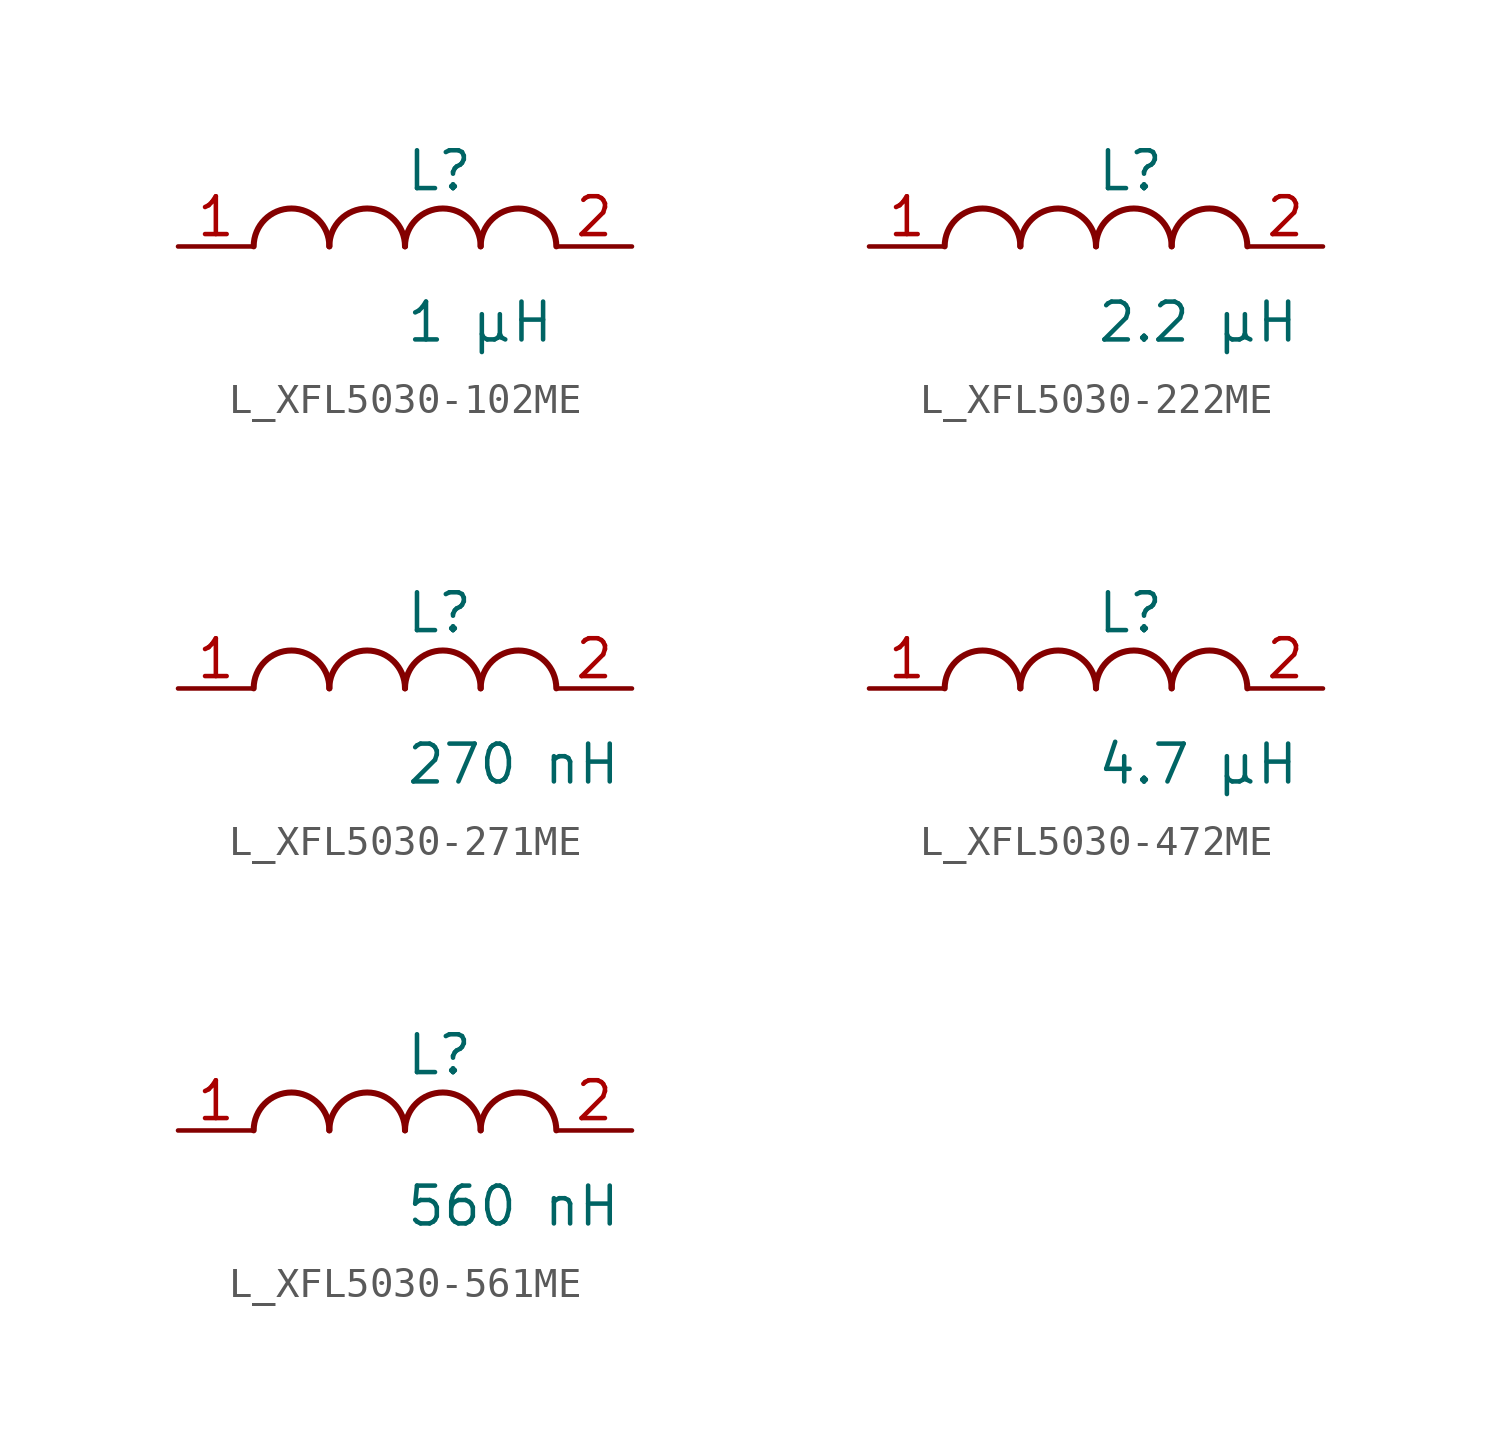
<source format=kicad_sym>
(kicad_symbol_lib
  (version 20231120)
  (generator kicad_symbol_editor)
  (generator_version 8.0)
  (symbol "L_XFL5030-102ME"
    (pin_names
      (offset 0.254))
    (property "Reference" "L"
      (at 0 2.54 0)
      (effects (font (size 1.27 1.27)) (justify left)))
    (property "Value" "1 µH"
      (at 0 -2.54 0)
      (effects (font (size 1.27 1.27)) (justify left)))
    (symbol "L_XFL5030-102ME_1_1"
      (arc (start -2.54 0.0056) (mid -3.81 1.27) (end -5.08 0.0056) (stroke (width 0.2032) (type default)) (fill (type none)))
      (arc (start 0 0.0056) (mid -1.27 1.27) (end -2.54 0.0056) (stroke (width 0.2032) (type default)) (fill (type none)))
      (arc (start 2.54 0.0056) (mid 1.27 1.27) (end 0 0.0056) (stroke (width 0.2032) (type default)) (fill (type none)))
      (arc (start 5.08 0.0056) (mid 3.81 1.27) (end 2.54 0.0056) (stroke (width 0.2032) (type default)) (fill (type none)))
      (pin unspecified line (at -7.62 0 0) (length 2.54) (name "" (effects (font (size 1.27 1.27)))) (number "1" (effects (font (size 1.27 1.27)))))
      (pin unspecified line (at 7.62 0 180) (length 2.54) (name "" (effects (font (size 1.27 1.27)))) (number "2" (effects (font (size 1.27 1.27)))))))
  (symbol "L_XFL5030-222ME"
    (pin_names
      (offset 0.254))
    (property "Reference" "L"
      (at 0 2.54 0)
      (effects (font (size 1.27 1.27)) (justify left)))
    (property "Value" "2.2 µH"
      (at 0 -2.54 0)
      (effects (font (size 1.27 1.27)) (justify left)))
    (symbol "L_XFL5030-222ME_1_1"
      (arc (start -2.54 0.0056) (mid -3.81 1.27) (end -5.08 0.0056) (stroke (width 0.2032) (type default)) (fill (type none)))
      (arc (start 0 0.0056) (mid -1.27 1.27) (end -2.54 0.0056) (stroke (width 0.2032) (type default)) (fill (type none)))
      (arc (start 2.54 0.0056) (mid 1.27 1.27) (end 0 0.0056) (stroke (width 0.2032) (type default)) (fill (type none)))
      (arc (start 5.08 0.0056) (mid 3.81 1.27) (end 2.54 0.0056) (stroke (width 0.2032) (type default)) (fill (type none)))
      (pin unspecified line (at -7.62 0 0) (length 2.54) (name "" (effects (font (size 1.27 1.27)))) (number "1" (effects (font (size 1.27 1.27)))))
      (pin unspecified line (at 7.62 0 180) (length 2.54) (name "" (effects (font (size 1.27 1.27)))) (number "2" (effects (font (size 1.27 1.27)))))))
  (symbol "L_XFL5030-271ME"
    (pin_names
      (offset 0.254))
    (property "Reference" "L"
      (at 0 2.54 0)
      (effects (font (size 1.27 1.27)) (justify left)))
    (property "Value" "270 nH"
      (at 0 -2.54 0)
      (effects (font (size 1.27 1.27)) (justify left)))
    (symbol "L_XFL5030-271ME_1_1"
      (arc (start -2.54 0.0056) (mid -3.81 1.27) (end -5.08 0.0056) (stroke (width 0.2032) (type default)) (fill (type none)))
      (arc (start 0 0.0056) (mid -1.27 1.27) (end -2.54 0.0056) (stroke (width 0.2032) (type default)) (fill (type none)))
      (arc (start 2.54 0.0056) (mid 1.27 1.27) (end 0 0.0056) (stroke (width 0.2032) (type default)) (fill (type none)))
      (arc (start 5.08 0.0056) (mid 3.81 1.27) (end 2.54 0.0056) (stroke (width 0.2032) (type default)) (fill (type none)))
      (pin unspecified line (at -7.62 0 0) (length 2.54) (name "" (effects (font (size 1.27 1.27)))) (number "1" (effects (font (size 1.27 1.27)))))
      (pin unspecified line (at 7.62 0 180) (length 2.54) (name "" (effects (font (size 1.27 1.27)))) (number "2" (effects (font (size 1.27 1.27)))))))
  (symbol "L_XFL5030-472ME"
    (pin_names
      (offset 0.254))
    (property "Reference" "L"
      (at 0 2.54 0)
      (effects (font (size 1.27 1.27)) (justify left)))
    (property "Value" "4.7 µH"
      (at 0 -2.54 0)
      (effects (font (size 1.27 1.27)) (justify left)))
    (symbol "L_XFL5030-472ME_1_1"
      (arc (start -2.54 0.0056) (mid -3.81 1.27) (end -5.08 0.0056) (stroke (width 0.2032) (type default)) (fill (type none)))
      (arc (start 0 0.0056) (mid -1.27 1.27) (end -2.54 0.0056) (stroke (width 0.2032) (type default)) (fill (type none)))
      (arc (start 2.54 0.0056) (mid 1.27 1.27) (end 0 0.0056) (stroke (width 0.2032) (type default)) (fill (type none)))
      (arc (start 5.08 0.0056) (mid 3.81 1.27) (end 2.54 0.0056) (stroke (width 0.2032) (type default)) (fill (type none)))
      (pin unspecified line (at -7.62 0 0) (length 2.54) (name "" (effects (font (size 1.27 1.27)))) (number "1" (effects (font (size 1.27 1.27)))))
      (pin unspecified line (at 7.62 0 180) (length 2.54) (name "" (effects (font (size 1.27 1.27)))) (number "2" (effects (font (size 1.27 1.27)))))))
  (symbol "L_XFL5030-561ME"
    (pin_names
      (offset 0.254))
    (property "Reference" "L"
      (at 0 2.54 0)
      (effects (font (size 1.27 1.27)) (justify left)))
    (property "Value" "560 nH"
      (at 0 -2.54 0)
      (effects (font (size 1.27 1.27)) (justify left)))
    (symbol "L_XFL5030-561ME_1_1"
      (arc (start -2.54 0.0056) (mid -3.81 1.27) (end -5.08 0.0056) (stroke (width 0.2032) (type default)) (fill (type none)))
      (arc (start 0 0.0056) (mid -1.27 1.27) (end -2.54 0.0056) (stroke (width 0.2032) (type default)) (fill (type none)))
      (arc (start 2.54 0.0056) (mid 1.27 1.27) (end 0 0.0056) (stroke (width 0.2032) (type default)) (fill (type none)))
      (arc (start 5.08 0.0056) (mid 3.81 1.27) (end 2.54 0.0056) (stroke (width 0.2032) (type default)) (fill (type none)))
      (pin unspecified line (at -7.62 0 0) (length 2.54) (name "" (effects (font (size 1.27 1.27)))) (number "1" (effects (font (size 1.27 1.27)))))
      (pin unspecified line (at 7.62 0 180) (length 2.54) (name "" (effects (font (size 1.27 1.27)))) (number "2" (effects (font (size 1.27 1.27))))))))
</source>
